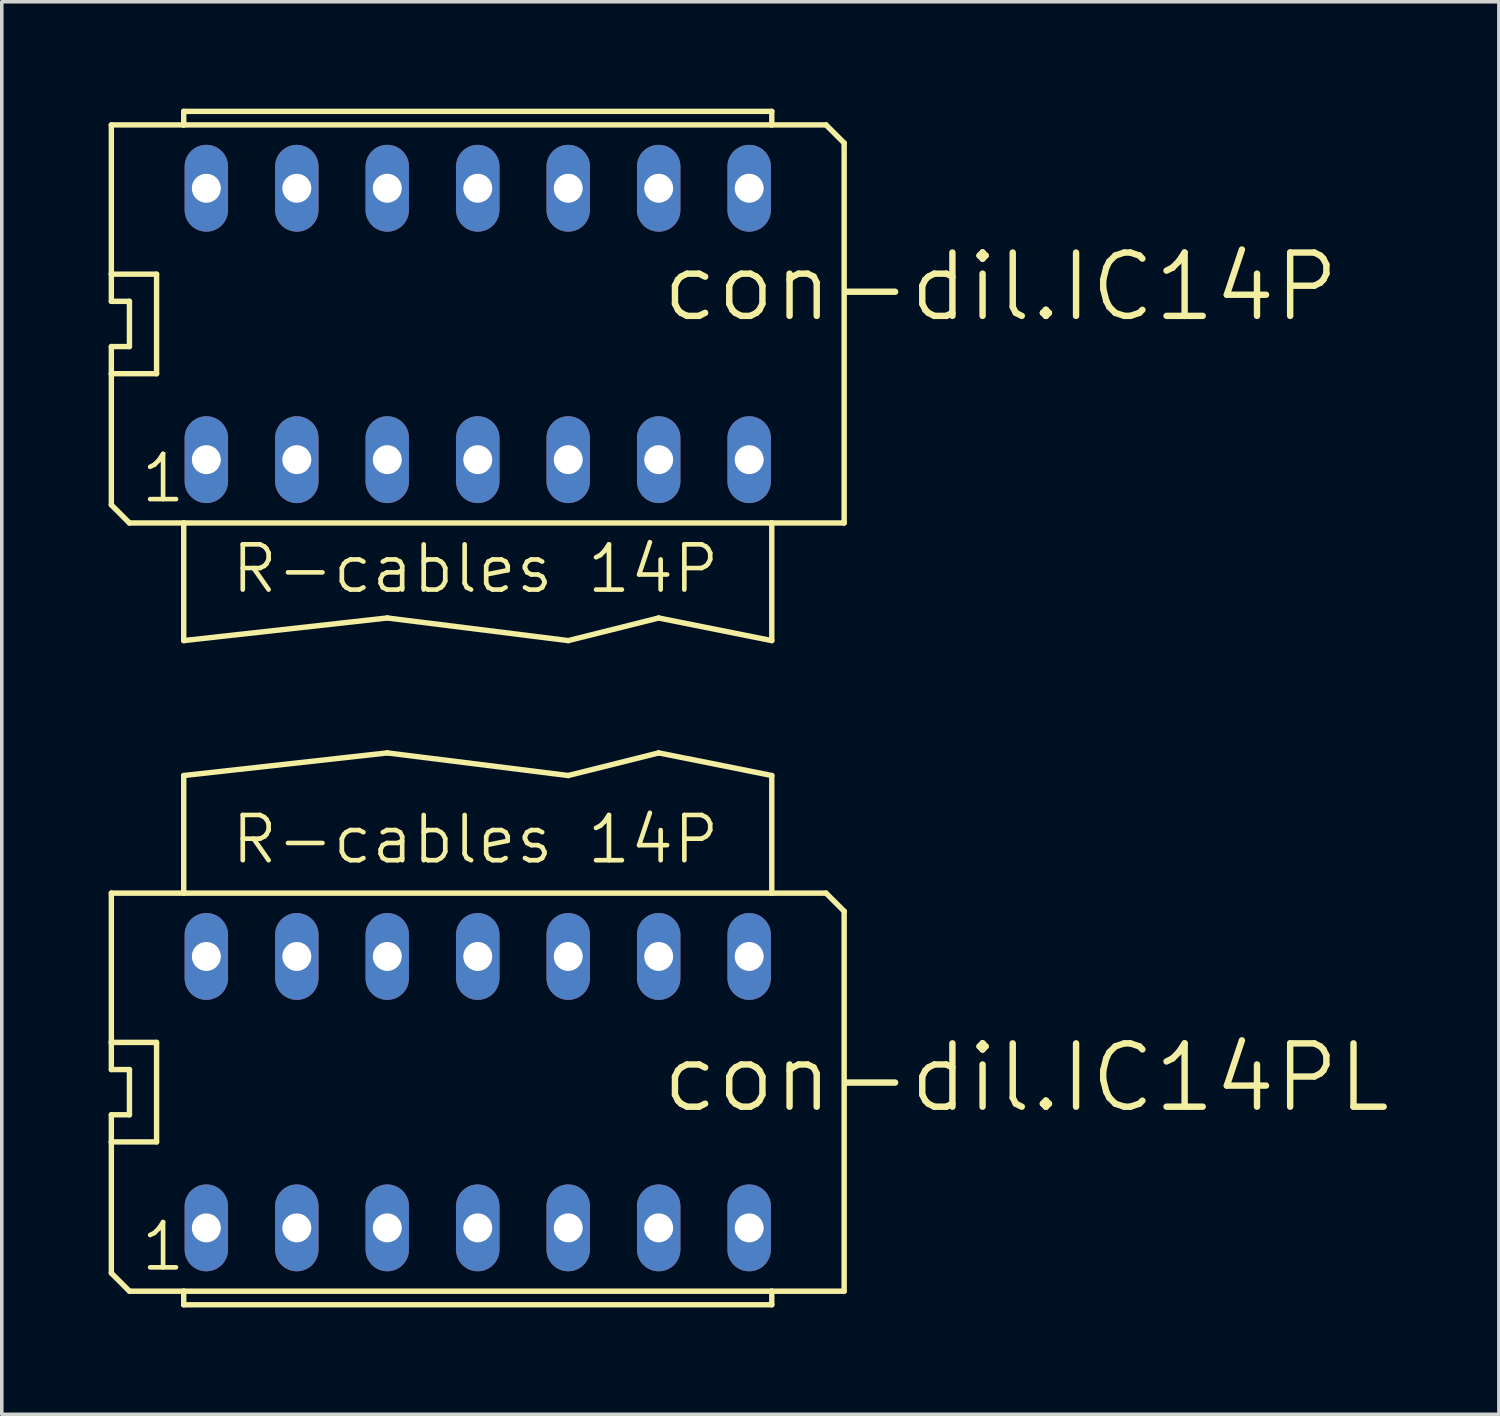
<source format=kicad_pcb>
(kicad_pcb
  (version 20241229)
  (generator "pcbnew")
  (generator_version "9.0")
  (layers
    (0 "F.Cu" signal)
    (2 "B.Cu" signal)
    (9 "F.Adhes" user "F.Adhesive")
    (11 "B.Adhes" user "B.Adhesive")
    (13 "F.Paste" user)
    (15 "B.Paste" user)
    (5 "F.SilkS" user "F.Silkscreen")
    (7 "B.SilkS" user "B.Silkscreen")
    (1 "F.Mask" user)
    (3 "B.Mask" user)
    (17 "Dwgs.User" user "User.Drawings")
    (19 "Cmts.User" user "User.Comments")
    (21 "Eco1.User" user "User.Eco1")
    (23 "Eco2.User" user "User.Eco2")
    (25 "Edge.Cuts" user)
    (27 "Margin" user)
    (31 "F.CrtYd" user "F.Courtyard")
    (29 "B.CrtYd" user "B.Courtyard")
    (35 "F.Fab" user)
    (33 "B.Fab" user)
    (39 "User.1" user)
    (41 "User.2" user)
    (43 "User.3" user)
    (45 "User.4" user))
  (footprint "con-dil.IC14PL"
    (layer "F.Cu")
    (at 10.363 27.613)
    (property "Reference" "con-dil.IC14PL" (at 5.08 0.635 180) (layer "F.SilkS") (effects (font (size 1.778 1.778) (thickness 0.18)) (justify left bottom)))
    (attr through_hole)
    (fp_line (start -10.287 -1.397) (end -10.287 -5.588) (stroke (width 0.152) (type default)) (layer "F.SilkS"))
    (fp_line (start -10.287 -0.635) (end -10.287 -1.397) (stroke (width 0.152) (type default)) (layer "F.SilkS"))
    (fp_line (start -10.287 0.635) (end -9.779 0.635) (stroke (width 0.152) (type default)) (layer "F.SilkS"))
    (fp_line (start -10.287 1.397) (end -10.287 0.635) (stroke (width 0.152) (type default)) (layer "F.SilkS"))
    (fp_line (start -10.287 1.397) (end -9.017 1.397) (stroke (width 0.152) (type default)) (layer "F.SilkS"))
    (fp_line (start -10.287 5.08) (end -10.287 1.397) (stroke (width 0.152) (type default)) (layer "F.SilkS"))
    (fp_line (start -9.779 -0.635) (end -10.287 -0.635) (stroke (width 0.152) (type default)) (layer "F.SilkS"))
    (fp_line (start -9.779 -0.635) (end -9.779 0.635) (stroke (width 0.152) (type default)) (layer "F.SilkS"))
    (fp_line (start -9.779 5.588) (end -10.287 5.08) (stroke (width 0.152) (type default)) (layer "F.SilkS"))
    (fp_line (start -9.779 5.588) (end -8.255 5.588) (stroke (width 0.152) (type default)) (layer "F.SilkS"))
    (fp_line (start -9.017 -1.397) (end -10.287 -1.397) (stroke (width 0.152) (type default)) (layer "F.SilkS"))
    (fp_line (start -9.017 -1.397) (end -9.017 1.397) (stroke (width 0.152) (type default)) (layer "F.SilkS"))
    (fp_line (start -8.255 -8.89) (end -8.255 -5.588) (stroke (width 0.152) (type default)) (layer "F.SilkS"))
    (fp_line (start -8.255 -8.89) (end -2.54 -9.525) (stroke (width 0.152) (type default)) (layer "F.SilkS"))
    (fp_line (start -8.255 -5.588) (end -10.287 -5.588) (stroke (width 0.152) (type default)) (layer "F.SilkS"))
    (fp_line (start -8.255 5.588) (end 8.255 5.588) (stroke (width 0.152) (type default)) (layer "F.SilkS"))
    (fp_line (start -8.255 5.969) (end -8.255 5.588) (stroke (width 0.152) (type default)) (layer "F.SilkS"))
    (fp_line (start -8.255 5.969) (end 8.255 5.969) (stroke (width 0.152) (type default)) (layer "F.SilkS"))
    (fp_line (start -2.54 -9.525) (end 2.54 -8.89) (stroke (width 0.152) (type default)) (layer "F.SilkS"))
    (fp_line (start 2.54 -8.89) (end 5.08 -9.525) (stroke (width 0.152) (type default)) (layer "F.SilkS"))
    (fp_line (start 5.08 -9.525) (end 8.255 -8.89) (stroke (width 0.152) (type default)) (layer "F.SilkS"))
    (fp_line (start 8.255 -5.588) (end -8.255 -5.588) (stroke (width 0.152) (type default)) (layer "F.SilkS"))
    (fp_line (start 8.255 -5.588) (end 8.255 -8.89) (stroke (width 0.152) (type default)) (layer "F.SilkS"))
    (fp_line (start 8.255 5.588) (end 8.255 5.969) (stroke (width 0.152) (type default)) (layer "F.SilkS"))
    (fp_line (start 8.255 5.588) (end 10.287 5.588) (stroke (width 0.152) (type default)) (layer "F.SilkS"))
    (fp_line (start 9.779 -5.588) (end 8.255 -5.588) (stroke (width 0.152) (type default)) (layer "F.SilkS"))
    (fp_line (start 10.287 -5.08) (end 9.779 -5.588) (stroke (width 0.152) (type default)) (layer "F.SilkS"))
    (fp_line (start 10.287 5.588) (end 10.287 -5.08) (stroke (width 0.152) (type default)) (layer "F.SilkS"))
    (fp_text user "1" (at -9.525 5.08 0) (layer "F.SilkS") (effects (font (size 1.27 1.27) (thickness 0.13)) (justify left bottom)))
    (fp_text user "R-cables 14P" (at -6.985 -6.35 0) (layer "F.SilkS") (effects (font (size 1.27 1.27) (thickness 0.13)) (justify left bottom)))
    (pad "1" thru_hole oval (at -7.62 3.81 90) (size 2.438 1.219) (drill 0.813) (layers "*.Cu" "*.Mask"))
    (pad "2" thru_hole oval (at -5.08 3.81 90) (size 2.438 1.219) (drill 0.813) (layers "*.Cu" "*.Mask"))
    (pad "3" thru_hole oval (at -2.54 3.81 90) (size 2.438 1.219) (drill 0.813) (layers "*.Cu" "*.Mask"))
    (pad "4" thru_hole oval (at 0 3.81 90) (size 2.438 1.219) (drill 0.813) (layers "*.Cu" "*.Mask"))
    (pad "5" thru_hole oval (at 2.54 3.81 90) (size 2.438 1.219) (drill 0.813) (layers "*.Cu" "*.Mask"))
    (pad "6" thru_hole oval (at 5.08 3.81 90) (size 2.438 1.219) (drill 0.813) (layers "*.Cu" "*.Mask"))
    (pad "7" thru_hole oval (at 7.62 3.81 90) (size 2.438 1.219) (drill 0.813) (layers "*.Cu" "*.Mask"))
    (pad "8" thru_hole oval (at 7.62 -3.81 90) (size 2.438 1.219) (drill 0.813) (layers "*.Cu" "*.Mask"))
    (pad "9" thru_hole oval (at 5.08 -3.81 90) (size 2.438 1.219) (drill 0.813) (layers "*.Cu" "*.Mask"))
    (pad "10" thru_hole oval (at 2.54 -3.81 90) (size 2.438 1.219) (drill 0.813) (layers "*.Cu" "*.Mask"))
    (pad "11" thru_hole oval (at 0 -3.81 90) (size 2.438 1.219) (drill 0.813) (layers "*.Cu" "*.Mask"))
    (pad "12" thru_hole oval (at -2.54 -3.81 90) (size 2.438 1.219) (drill 0.813) (layers "*.Cu" "*.Mask"))
    (pad "13" thru_hole oval (at -5.08 -3.81 90) (size 2.438 1.219) (drill 0.813) (layers "*.Cu" "*.Mask"))
    (pad "14" thru_hole oval (at -7.62 -3.81 90) (size 2.438 1.219) (drill 0.813) (layers "*.Cu" "*.Mask")))
  (footprint "con-dil.IC14P"
    (layer "F.Cu")
    (at 10.363 6.045)
    (property "Reference" "con-dil.IC14P" (at 5.08 0 180) (layer "F.SilkS") (effects (font (size 1.778 1.778) (thickness 0.18)) (justify left bottom)))
    (attr through_hole)
    (fp_line (start -10.287 -1.397) (end -10.287 -5.588) (stroke (width 0.152) (type default)) (layer "F.SilkS"))
    (fp_line (start -10.287 -0.635) (end -10.287 -1.397) (stroke (width 0.152) (type default)) (layer "F.SilkS"))
    (fp_line (start -10.287 0.635) (end -9.779 0.635) (stroke (width 0.152) (type default)) (layer "F.SilkS"))
    (fp_line (start -10.287 1.397) (end -10.287 0.635) (stroke (width 0.152) (type default)) (layer "F.SilkS"))
    (fp_line (start -10.287 1.397) (end -9.017 1.397) (stroke (width 0.152) (type default)) (layer "F.SilkS"))
    (fp_line (start -10.287 5.08) (end -10.287 1.397) (stroke (width 0.152) (type default)) (layer "F.SilkS"))
    (fp_line (start -9.779 -0.635) (end -10.287 -0.635) (stroke (width 0.152) (type default)) (layer "F.SilkS"))
    (fp_line (start -9.779 -0.635) (end -9.779 0.635) (stroke (width 0.152) (type default)) (layer "F.SilkS"))
    (fp_line (start -9.779 5.588) (end -10.287 5.08) (stroke (width 0.152) (type default)) (layer "F.SilkS"))
    (fp_line (start -9.779 5.588) (end -8.255 5.588) (stroke (width 0.152) (type default)) (layer "F.SilkS"))
    (fp_line (start -9.017 -1.397) (end -10.287 -1.397) (stroke (width 0.152) (type default)) (layer "F.SilkS"))
    (fp_line (start -9.017 -1.397) (end -9.017 1.397) (stroke (width 0.152) (type default)) (layer "F.SilkS"))
    (fp_line (start -8.255 -5.969) (end 8.255 -5.969) (stroke (width 0.152) (type default)) (layer "F.SilkS"))
    (fp_line (start -8.255 -5.588) (end -10.287 -5.588) (stroke (width 0.152) (type default)) (layer "F.SilkS"))
    (fp_line (start -8.255 -5.588) (end -8.255 -5.969) (stroke (width 0.152) (type default)) (layer "F.SilkS"))
    (fp_line (start -8.255 5.588) (end -8.255 8.89) (stroke (width 0.152) (type default)) (layer "F.SilkS"))
    (fp_line (start -8.255 5.588) (end 8.255 5.588) (stroke (width 0.152) (type default)) (layer "F.SilkS"))
    (fp_line (start -8.255 8.89) (end -2.54 8.255) (stroke (width 0.152) (type default)) (layer "F.SilkS"))
    (fp_line (start -2.54 8.255) (end 2.54 8.89) (stroke (width 0.152) (type default)) (layer "F.SilkS"))
    (fp_line (start 2.54 8.89) (end 5.08 8.255) (stroke (width 0.152) (type default)) (layer "F.SilkS"))
    (fp_line (start 5.08 8.255) (end 8.255 8.89) (stroke (width 0.152) (type default)) (layer "F.SilkS"))
    (fp_line (start 8.255 -5.969) (end 8.255 -5.588) (stroke (width 0.152) (type default)) (layer "F.SilkS"))
    (fp_line (start 8.255 -5.588) (end -8.255 -5.588) (stroke (width 0.152) (type default)) (layer "F.SilkS"))
    (fp_line (start 8.255 5.588) (end 10.287 5.588) (stroke (width 0.152) (type default)) (layer "F.SilkS"))
    (fp_line (start 8.255 8.89) (end 8.255 5.588) (stroke (width 0.152) (type default)) (layer "F.SilkS"))
    (fp_line (start 9.779 -5.588) (end 8.255 -5.588) (stroke (width 0.152) (type default)) (layer "F.SilkS"))
    (fp_line (start 10.287 -5.08) (end 9.779 -5.588) (stroke (width 0.152) (type default)) (layer "F.SilkS"))
    (fp_line (start 10.287 5.588) (end 10.287 -5.08) (stroke (width 0.152) (type default)) (layer "F.SilkS"))
    (fp_text user "R-cables 14P" (at -6.985 7.62 0) (layer "F.SilkS") (effects (font (size 1.27 1.27) (thickness 0.13)) (justify left bottom)))
    (fp_text user "1" (at -9.525 5.08 0) (layer "F.SilkS") (effects (font (size 1.27 1.27) (thickness 0.13)) (justify left bottom)))
    (pad "1" thru_hole oval (at -7.62 3.81 90) (size 2.438 1.219) (drill 0.813) (layers "*.Cu" "*.Mask"))
    (pad "2" thru_hole oval (at -5.08 3.81 90) (size 2.438 1.219) (drill 0.813) (layers "*.Cu" "*.Mask"))
    (pad "3" thru_hole oval (at -2.54 3.81 90) (size 2.438 1.219) (drill 0.813) (layers "*.Cu" "*.Mask"))
    (pad "4" thru_hole oval (at 0 3.81 90) (size 2.438 1.219) (drill 0.813) (layers "*.Cu" "*.Mask"))
    (pad "5" thru_hole oval (at 2.54 3.81 90) (size 2.438 1.219) (drill 0.813) (layers "*.Cu" "*.Mask"))
    (pad "6" thru_hole oval (at 5.08 3.81 90) (size 2.438 1.219) (drill 0.813) (layers "*.Cu" "*.Mask"))
    (pad "7" thru_hole oval (at 7.62 3.81 90) (size 2.438 1.219) (drill 0.813) (layers "*.Cu" "*.Mask"))
    (pad "8" thru_hole oval (at 7.62 -3.81 90) (size 2.438 1.219) (drill 0.813) (layers "*.Cu" "*.Mask"))
    (pad "9" thru_hole oval (at 5.08 -3.81 90) (size 2.438 1.219) (drill 0.813) (layers "*.Cu" "*.Mask"))
    (pad "10" thru_hole oval (at 2.54 -3.81 90) (size 2.438 1.219) (drill 0.813) (layers "*.Cu" "*.Mask"))
    (pad "11" thru_hole oval (at 0 -3.81 90) (size 2.438 1.219) (drill 0.813) (layers "*.Cu" "*.Mask"))
    (pad "12" thru_hole oval (at -2.54 -3.81 90) (size 2.438 1.219) (drill 0.813) (layers "*.Cu" "*.Mask"))
    (pad "13" thru_hole oval (at -5.08 -3.81 90) (size 2.438 1.219) (drill 0.813) (layers "*.Cu" "*.Mask"))
    (pad "14" thru_hole oval (at -7.62 -3.81 90) (size 2.438 1.219) (drill 0.813) (layers "*.Cu" "*.Mask")))
  (gr_rect
    (start -3 -3)
    (end 39.032 36.658)
    (stroke (width 0.1) (type default))
    (fill no)
    (layer "Edge.Cuts")))
</source>
